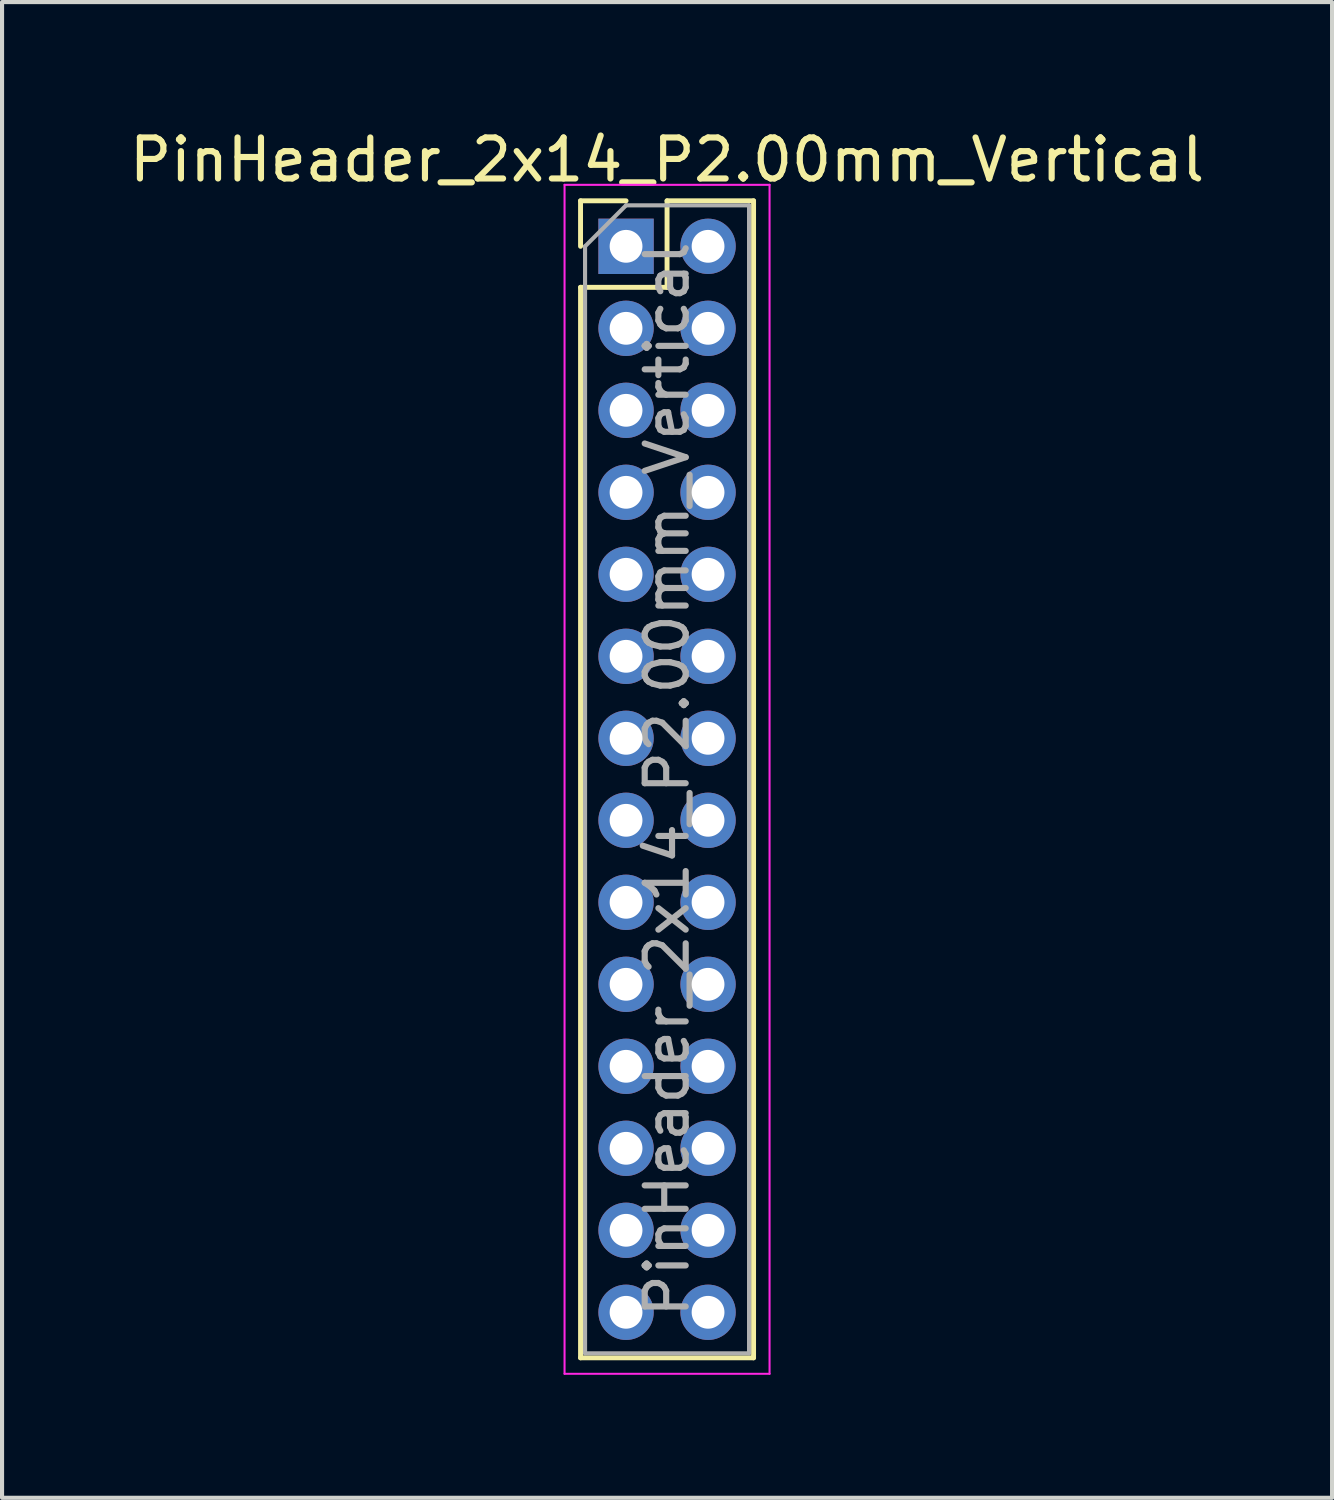
<source format=kicad_pcb>
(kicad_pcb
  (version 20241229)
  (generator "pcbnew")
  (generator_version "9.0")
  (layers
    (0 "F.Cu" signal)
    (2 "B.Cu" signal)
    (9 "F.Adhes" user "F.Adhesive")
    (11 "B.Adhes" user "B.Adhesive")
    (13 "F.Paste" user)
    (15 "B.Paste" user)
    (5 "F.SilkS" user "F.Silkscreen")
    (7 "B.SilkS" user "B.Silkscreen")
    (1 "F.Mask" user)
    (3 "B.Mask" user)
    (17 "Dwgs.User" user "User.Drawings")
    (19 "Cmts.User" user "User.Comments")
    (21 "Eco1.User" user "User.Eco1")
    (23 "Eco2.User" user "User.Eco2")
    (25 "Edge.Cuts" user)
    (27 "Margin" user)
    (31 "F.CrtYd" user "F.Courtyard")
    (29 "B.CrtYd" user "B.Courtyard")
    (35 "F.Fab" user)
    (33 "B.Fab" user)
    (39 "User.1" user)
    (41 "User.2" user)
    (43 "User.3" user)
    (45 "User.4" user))
  (footprint "PinHeader_2x14_P2.00mm_Vertical"
    (layer "F.Cu")
    (at 12.22 2.958)
    (property "Reference" "PinHeader_2x14_P2.00mm_Vertical" (at 1 -2.11 0) (layer "F.SilkS") (effects (font (size 1 1) (thickness 0.15))))
    (attr through_hole)
    (fp_line (start -1.11 -1.11) (end 0 -1.11) (stroke (width 0.12) (type solid)) (layer "F.SilkS"))
    (fp_line (start -1.11 0) (end -1.11 -1.11) (stroke (width 0.12) (type solid)) (layer "F.SilkS"))
    (fp_line (start -1.11 1) (end -1.11 27.11) (stroke (width 0.12) (type solid)) (layer "F.SilkS"))
    (fp_line (start -1.11 1) (end 1 1) (stroke (width 0.12) (type solid)) (layer "F.SilkS"))
    (fp_line (start -1.11 27.11) (end 3.11 27.11) (stroke (width 0.12) (type solid)) (layer "F.SilkS"))
    (fp_line (start 1 -1.11) (end 3.11 -1.11) (stroke (width 0.12) (type solid)) (layer "F.SilkS"))
    (fp_line (start 1 1) (end 1 -1.11) (stroke (width 0.12) (type solid)) (layer "F.SilkS"))
    (fp_line (start 3.11 -1.11) (end 3.11 27.11) (stroke (width 0.12) (type solid)) (layer "F.SilkS"))
    (fp_line (start -1.5 -1.5) (end -1.5 27.5) (stroke (width 0.05) (type solid)) (layer "F.CrtYd"))
    (fp_line (start -1.5 27.5) (end 3.5 27.5) (stroke (width 0.05) (type solid)) (layer "F.CrtYd"))
    (fp_line (start 3.5 -1.5) (end -1.5 -1.5) (stroke (width 0.05) (type solid)) (layer "F.CrtYd"))
    (fp_line (start 3.5 27.5) (end 3.5 -1.5) (stroke (width 0.05) (type solid)) (layer "F.CrtYd"))
    (fp_line (start -1 0) (end 0 -1) (stroke (width 0.1) (type solid)) (layer "F.Fab"))
    (fp_line (start -1 27) (end -1 0) (stroke (width 0.1) (type solid)) (layer "F.Fab"))
    (fp_line (start 0 -1) (end 3 -1) (stroke (width 0.1) (type solid)) (layer "F.Fab"))
    (fp_line (start 3 -1) (end 3 27) (stroke (width 0.1) (type solid)) (layer "F.Fab"))
    (fp_line (start 3 27) (end -1 27) (stroke (width 0.1) (type solid)) (layer "F.Fab"))
    (fp_text user "${REFERENCE}" (at 1 13 90) (layer "F.Fab") (effects (font (size 1 1) (thickness 0.15))))
    (pad "1" thru_hole rect (at 0 0) (size 1.35 1.35) (drill 0.8) (layers "*.Cu" "*.Mask"))
    (pad "2" thru_hole circle (at 2 0) (size 1.35 1.35) (drill 0.8) (layers "*.Cu" "*.Mask"))
    (pad "3" thru_hole circle (at 0 2) (size 1.35 1.35) (drill 0.8) (layers "*.Cu" "*.Mask"))
    (pad "4" thru_hole circle (at 2 2) (size 1.35 1.35) (drill 0.8) (layers "*.Cu" "*.Mask"))
    (pad "5" thru_hole circle (at 0 4) (size 1.35 1.35) (drill 0.8) (layers "*.Cu" "*.Mask"))
    (pad "6" thru_hole circle (at 2 4) (size 1.35 1.35) (drill 0.8) (layers "*.Cu" "*.Mask"))
    (pad "7" thru_hole circle (at 0 6) (size 1.35 1.35) (drill 0.8) (layers "*.Cu" "*.Mask"))
    (pad "8" thru_hole circle (at 2 6) (size 1.35 1.35) (drill 0.8) (layers "*.Cu" "*.Mask"))
    (pad "9" thru_hole circle (at 0 8) (size 1.35 1.35) (drill 0.8) (layers "*.Cu" "*.Mask"))
    (pad "10" thru_hole circle (at 2 8) (size 1.35 1.35) (drill 0.8) (layers "*.Cu" "*.Mask"))
    (pad "11" thru_hole circle (at 0 10) (size 1.35 1.35) (drill 0.8) (layers "*.Cu" "*.Mask"))
    (pad "12" thru_hole circle (at 2 10) (size 1.35 1.35) (drill 0.8) (layers "*.Cu" "*.Mask"))
    (pad "13" thru_hole circle (at 0 12) (size 1.35 1.35) (drill 0.8) (layers "*.Cu" "*.Mask"))
    (pad "14" thru_hole circle (at 2 12) (size 1.35 1.35) (drill 0.8) (layers "*.Cu" "*.Mask"))
    (pad "15" thru_hole circle (at 0 14) (size 1.35 1.35) (drill 0.8) (layers "*.Cu" "*.Mask"))
    (pad "16" thru_hole circle (at 2 14) (size 1.35 1.35) (drill 0.8) (layers "*.Cu" "*.Mask"))
    (pad "17" thru_hole circle (at 0 16) (size 1.35 1.35) (drill 0.8) (layers "*.Cu" "*.Mask"))
    (pad "18" thru_hole circle (at 2 16) (size 1.35 1.35) (drill 0.8) (layers "*.Cu" "*.Mask"))
    (pad "19" thru_hole circle (at 0 18) (size 1.35 1.35) (drill 0.8) (layers "*.Cu" "*.Mask"))
    (pad "20" thru_hole circle (at 2 18) (size 1.35 1.35) (drill 0.8) (layers "*.Cu" "*.Mask"))
    (pad "21" thru_hole circle (at 0 20) (size 1.35 1.35) (drill 0.8) (layers "*.Cu" "*.Mask"))
    (pad "22" thru_hole circle (at 2 20) (size 1.35 1.35) (drill 0.8) (layers "*.Cu" "*.Mask"))
    (pad "23" thru_hole circle (at 0 22) (size 1.35 1.35) (drill 0.8) (layers "*.Cu" "*.Mask"))
    (pad "24" thru_hole circle (at 2 22) (size 1.35 1.35) (drill 0.8) (layers "*.Cu" "*.Mask"))
    (pad "25" thru_hole circle (at 0 24) (size 1.35 1.35) (drill 0.8) (layers "*.Cu" "*.Mask"))
    (pad "26" thru_hole circle (at 2 24) (size 1.35 1.35) (drill 0.8) (layers "*.Cu" "*.Mask"))
    (pad "27" thru_hole circle (at 0 26) (size 1.35 1.35) (drill 0.8) (layers "*.Cu" "*.Mask"))
    (pad "28" thru_hole circle (at 2 26) (size 1.35 1.35) (drill 0.8) (layers "*.Cu" "*.Mask")))
  (gr_rect
    (start -3 -3)
    (end 29.44 33.483)
    (stroke (width 0.1) (type default))
    (fill no)
    (layer "Edge.Cuts")))
</source>
